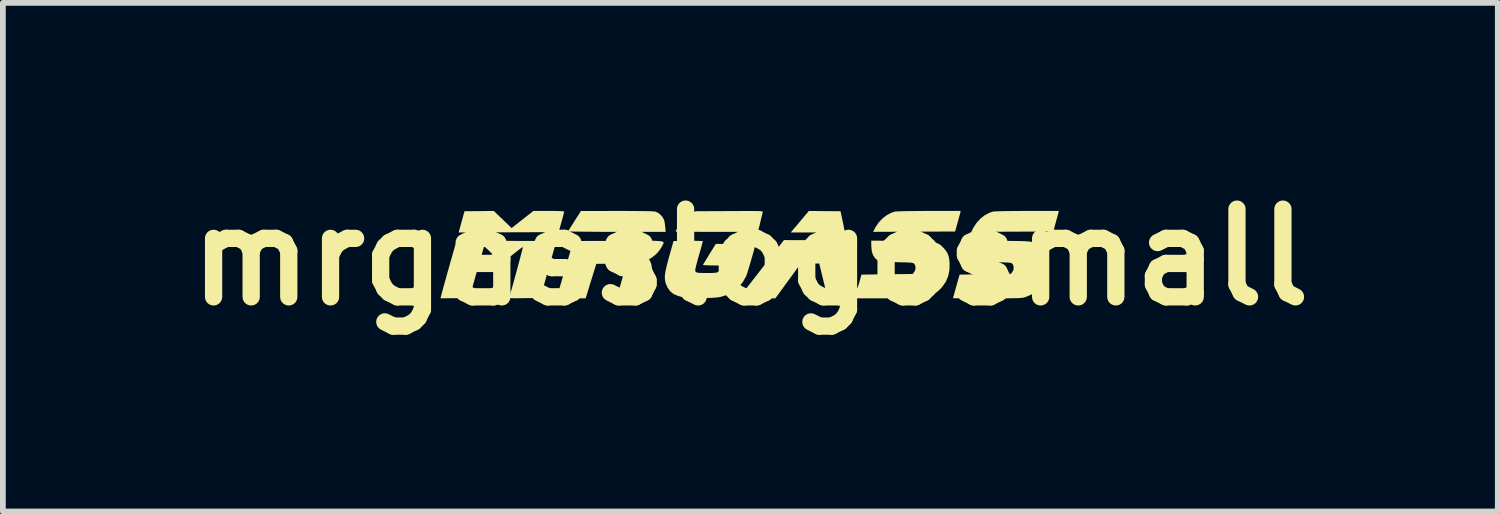
<source format=kicad_pcb>
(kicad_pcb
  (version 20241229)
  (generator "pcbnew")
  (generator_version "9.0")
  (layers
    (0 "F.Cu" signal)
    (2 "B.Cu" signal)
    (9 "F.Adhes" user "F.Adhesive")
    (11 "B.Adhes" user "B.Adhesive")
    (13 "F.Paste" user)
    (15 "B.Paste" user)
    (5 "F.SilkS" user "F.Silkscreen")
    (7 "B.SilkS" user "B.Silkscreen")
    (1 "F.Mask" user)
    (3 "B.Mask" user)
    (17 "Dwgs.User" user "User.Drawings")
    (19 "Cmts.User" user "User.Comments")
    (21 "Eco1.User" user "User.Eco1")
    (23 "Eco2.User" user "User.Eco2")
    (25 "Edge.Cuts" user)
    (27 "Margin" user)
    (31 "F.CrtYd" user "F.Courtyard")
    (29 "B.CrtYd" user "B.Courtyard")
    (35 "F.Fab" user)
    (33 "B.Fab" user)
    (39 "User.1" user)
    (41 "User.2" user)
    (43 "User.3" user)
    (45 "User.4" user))
  (footprint "mrgasslogosmall"
    (layer "F.Cu")
    (at 9.986 1.418)
    (property "Reference" "mrgasslogosmall" (at 0 0 0) (layer "F.SilkS") (effects (font (size 1.524 1.524) (thickness 0.3))))
    (attr board_only exclude_from_pos_files exclude_from_bom)
    (fp_poly (pts (xy -4.302 -0.655) (xy -4.148 -0.506) (xy -3.959 -0.654) (xy -3.769 -0.803) (xy -3.502 -0.803) (xy -3.414 -0.803) (xy -3.347 -0.802) (xy -3.297 -0.8) (xy -3.263 -0.798) (xy -3.243 -0.795) (xy -3.235 -0.791) (xy -3.235 -0.789) (xy -3.238 -0.774) (xy -3.246 -0.742) (xy -3.258 -0.697) (xy -3.272 -0.642) (xy -3.283 -0.605) (xy -3.33 -0.435) (xy -4.199 -0.432) (xy -5.068 -0.429) (xy -5.017 -0.613) (xy -4.966 -0.798) (xy -4.711 -0.8) (xy -4.457 -0.803)) (stroke (width 0) (type solid)) (fill yes) (layer "F.SilkS"))
    (fp_poly (pts (xy 3.647 -0.773) (xy 3.642 -0.751) (xy 3.632 -0.713) (xy 3.618 -0.664) (xy 3.603 -0.608) (xy 3.599 -0.594) (xy 3.558 -0.446) (xy 2.845 -0.443) (xy 2.133 -0.44) (xy 2.173 -0.517) (xy 2.225 -0.597) (xy 2.292 -0.669) (xy 2.367 -0.728) (xy 2.448 -0.771) (xy 2.51 -0.792) (xy 2.532 -0.794) (xy 2.573 -0.796) (xy 2.633 -0.798) (xy 2.71 -0.8) (xy 2.8 -0.801) (xy 2.904 -0.802) (xy 3.018 -0.803) (xy 3.106 -0.803) (xy 3.654 -0.803)) (stroke (width 0) (type solid)) (fill yes) (layer "F.SilkS"))
    (fp_poly (pts (xy 5.352 -0.773) (xy 5.347 -0.751) (xy 5.337 -0.713) (xy 5.323 -0.664) (xy 5.308 -0.608) (xy 5.304 -0.594) (xy 5.263 -0.446) (xy 4.55 -0.443) (xy 3.838 -0.44) (xy 3.878 -0.517) (xy 3.931 -0.597) (xy 3.997 -0.669) (xy 4.072 -0.728) (xy 4.153 -0.771) (xy 4.215 -0.792) (xy 4.237 -0.794) (xy 4.278 -0.796) (xy 4.338 -0.798) (xy 4.415 -0.8) (xy 4.505 -0.801) (xy 4.609 -0.802) (xy 4.723 -0.803) (xy 4.811 -0.803) (xy 5.359 -0.803)) (stroke (width 0) (type solid)) (fill yes) (layer "F.SilkS"))
    (fp_poly (pts (xy 1.292 -0.8) (xy 1.567 -0.798) (xy 1.602 -0.633) (xy 1.615 -0.574) (xy 1.625 -0.522) (xy 1.633 -0.48) (xy 1.638 -0.454) (xy 1.638 -0.448) (xy 1.637 -0.444) (xy 1.633 -0.44) (xy 1.623 -0.437) (xy 1.606 -0.434) (xy 1.579 -0.432) (xy 1.541 -0.431) (xy 1.49 -0.43) (xy 1.424 -0.429) (xy 1.34 -0.429) (xy 1.238 -0.429) (xy 1.171 -0.429) (xy 0.702 -0.429) (xy 0.755 -0.493) (xy 0.783 -0.525) (xy 0.82 -0.569) (xy 0.862 -0.619) (xy 0.905 -0.67) (xy 0.913 -0.68) (xy 1.017 -0.803)) (stroke (width 0) (type solid)) (fill yes) (layer "F.SilkS"))
    (fp_poly (pts (xy -2.163 -0.803) (xy -2.029 -0.802) (xy -1.914 -0.801) (xy -1.819 -0.8) (xy -1.744 -0.798) (xy -1.689 -0.795) (xy -1.656 -0.793) (xy -1.647 -0.791) (xy -1.604 -0.771) (xy -1.561 -0.737) (xy -1.525 -0.696) (xy -1.501 -0.653) (xy -1.497 -0.644) (xy -1.49 -0.61) (xy -1.483 -0.564) (xy -1.478 -0.52) (xy -1.471 -0.44) (xy -2.32 -0.44) (xy -2.455 -0.44) (xy -2.583 -0.44) (xy -2.702 -0.441) (xy -2.812 -0.442) (xy -2.91 -0.443) (xy -2.994 -0.444) (xy -3.064 -0.445) (xy -3.117 -0.446) (xy -3.151 -0.447) (xy -3.166 -0.449) (xy -3.166 -0.449) (xy -3.159 -0.461) (xy -3.143 -0.488) (xy -3.118 -0.527) (xy -3.087 -0.576) (xy -3.053 -0.63) (xy -2.943 -0.802) (xy -2.316 -0.803)) (stroke (width 0) (type solid)) (fill yes) (layer "F.SilkS"))
    (fp_poly (pts (xy 0.034 -0.802) (xy 0.092 -0.801) (xy 0.136 -0.801) (xy 0.169 -0.799) (xy 0.192 -0.797) (xy 0.206 -0.795) (xy 0.214 -0.792) (xy 0.216 -0.789) (xy 0.216 -0.784) (xy 0.216 -0.784) (xy 0.211 -0.766) (xy 0.203 -0.731) (xy 0.192 -0.686) (xy 0.182 -0.644) (xy 0.169 -0.59) (xy 0.157 -0.54) (xy 0.147 -0.501) (xy 0.142 -0.481) (xy 0.131 -0.44) (xy -0.583 -0.44) (xy -0.707 -0.44) (xy -0.823 -0.44) (xy -0.931 -0.441) (xy -1.028 -0.441) (xy -1.114 -0.442) (xy -1.185 -0.443) (xy -1.241 -0.444) (xy -1.278 -0.444) (xy -1.297 -0.445) (xy -1.298 -0.446) (xy -1.293 -0.458) (xy -1.281 -0.484) (xy -1.265 -0.517) (xy -1.222 -0.586) (xy -1.166 -0.653) (xy -1.102 -0.712) (xy -1.036 -0.756) (xy -1.025 -0.762) (xy -0.952 -0.798) (xy -0.365 -0.801) (xy -0.237 -0.801) (xy -0.128 -0.802) (xy -0.039 -0.802)) (stroke (width 0) (type solid)) (fill yes) (layer "F.SilkS"))
    (fp_poly (pts (xy -1.717 -0.285) (xy -1.653 -0.284) (xy -1.603 -0.281) (xy -1.565 -0.278) (xy -1.537 -0.274) (xy -1.519 -0.268) (xy -1.51 -0.261) (xy -1.506 -0.252) (xy -1.508 -0.241) (xy -1.514 -0.228) (xy -1.522 -0.213) (xy -1.532 -0.195) (xy -1.534 -0.19) (xy -1.568 -0.134) (xy -1.614 -0.076) (xy -1.667 -0.026) (xy -1.713 0.007) (xy -1.76 0.035) (xy -1.739 0.075) (xy -1.721 0.123) (xy -1.711 0.177) (xy -1.711 0.239) (xy -1.721 0.312) (xy -1.74 0.399) (xy -1.769 0.501) (xy -1.783 0.546) (xy -1.838 0.715) (xy -2.08 0.715) (xy -2.15 0.715) (xy -2.212 0.714) (xy -2.263 0.713) (xy -2.3 0.711) (xy -2.319 0.709) (xy -2.321 0.709) (xy -2.318 0.697) (xy -2.31 0.668) (xy -2.298 0.624) (xy -2.282 0.569) (xy -2.264 0.506) (xy -2.244 0.439) (xy -2.224 0.37) (xy -2.205 0.304) (xy -2.187 0.243) (xy -2.172 0.191) (xy -2.163 0.162) (xy -2.147 0.11) (xy -2.676 0.116) (xy -2.734 0.303) (xy -2.756 0.374) (xy -2.779 0.447) (xy -2.8 0.517) (xy -2.818 0.576) (xy -2.826 0.602) (xy -2.861 0.715) (xy -3.114 0.715) (xy -3.185 0.715) (xy -3.249 0.715) (xy -3.302 0.714) (xy -3.341 0.713) (xy -3.363 0.713) (xy -3.366 0.712) (xy -3.363 0.702) (xy -3.354 0.672) (xy -3.341 0.625) (xy -3.323 0.563) (xy -3.301 0.489) (xy -3.276 0.404) (xy -3.248 0.31) (xy -3.22 0.215) (xy -3.074 -0.281) (xy -2.291 -0.283) (xy -2.138 -0.284) (xy -2.005 -0.285) (xy -1.892 -0.285) (xy -1.796 -0.285)) (stroke (width 0) (type solid)) (fill yes) (layer "F.SilkS"))
    (fp_poly (pts (xy -4.407 -0.284) (xy -4.273 -0.283) (xy -4.234 -0.283) (xy -3.37 -0.281) (xy -3.51 0.215) (xy -3.649 0.71) (xy -3.921 0.712) (xy -4.005 0.713) (xy -4.07 0.714) (xy -4.118 0.713) (xy -4.151 0.712) (xy -4.172 0.71) (xy -4.183 0.707) (xy -4.187 0.702) (xy -4.187 0.697) (xy -4.187 0.696) (xy -4.175 0.657) (xy -4.16 0.603) (xy -4.142 0.538) (xy -4.121 0.464) (xy -4.099 0.383) (xy -4.076 0.299) (xy -4.053 0.215) (xy -4.031 0.132) (xy -4.01 0.054) (xy -3.991 -0.017) (xy -3.975 -0.079) (xy -3.963 -0.127) (xy -3.954 -0.16) (xy -3.951 -0.175) (xy -3.951 -0.176) (xy -3.96 -0.172) (xy -3.984 -0.156) (xy -4.019 -0.13) (xy -4.064 -0.095) (xy -4.116 -0.054) (xy -4.136 -0.038) (xy -4.318 0.11) (xy -4.469 -0.041) (xy -4.515 -0.087) (xy -4.557 -0.127) (xy -4.59 -0.158) (xy -4.614 -0.179) (xy -4.625 -0.186) (xy -4.625 -0.186) (xy -4.629 -0.175) (xy -4.638 -0.144) (xy -4.652 -0.097) (xy -4.67 -0.035) (xy -4.691 0.038) (xy -4.716 0.122) (xy -4.742 0.214) (xy -4.756 0.264) (xy -4.881 0.71) (xy -5.382 0.715) (xy -5.377 0.69) (xy -5.372 0.67) (xy -5.362 0.631) (xy -5.347 0.578) (xy -5.33 0.513) (xy -5.309 0.438) (xy -5.286 0.357) (xy -5.262 0.27) (xy -5.237 0.182) (xy -5.213 0.095) (xy -5.189 0.011) (xy -5.167 -0.067) (xy -5.147 -0.137) (xy -5.13 -0.195) (xy -5.117 -0.24) (xy -5.108 -0.268) (xy -5.105 -0.278) (xy -5.093 -0.279) (xy -5.061 -0.28) (xy -5.01 -0.281) (xy -4.942 -0.282) (xy -4.859 -0.283) (xy -4.762 -0.283) (xy -4.654 -0.284) (xy -4.535 -0.284)) (stroke (width 0) (type solid)) (fill yes) (layer "F.SilkS"))
    (fp_poly (pts (xy 4.326 -0.284) (xy 4.447 -0.283) (xy 4.547 -0.282) (xy 4.63 -0.281) (xy 4.698 -0.28) (xy 4.751 -0.278) (xy 4.794 -0.276) (xy 4.827 -0.274) (xy 4.853 -0.271) (xy 4.874 -0.268) (xy 4.893 -0.263) (xy 4.91 -0.258) (xy 4.922 -0.254) (xy 4.964 -0.238) (xy 4.998 -0.22) (xy 5.029 -0.194) (xy 5.062 -0.161) (xy 5.102 -0.114) (xy 5.13 -0.069) (xy 5.149 -0.02) (xy 5.161 0.04) (xy 5.167 0.11) (xy 5.165 0.224) (xy 5.143 0.328) (xy 5.102 0.425) (xy 5.04 0.515) (xy 5.015 0.543) (xy 4.951 0.603) (xy 4.879 0.651) (xy 4.793 0.688) (xy 4.778 0.693) (xy 4.764 0.698) (xy 4.748 0.702) (xy 4.73 0.705) (xy 4.707 0.708) (xy 4.677 0.71) (xy 4.638 0.712) (xy 4.589 0.713) (xy 4.528 0.714) (xy 4.452 0.715) (xy 4.36 0.715) (xy 4.25 0.715) (xy 4.12 0.715) (xy 4.118 0.715) (xy 4.006 0.715) (xy 3.9 0.715) (xy 3.804 0.715) (xy 3.718 0.714) (xy 3.645 0.714) (xy 3.587 0.714) (xy 3.546 0.713) (xy 3.524 0.713) (xy 3.521 0.712) (xy 3.523 0.701) (xy 3.532 0.673) (xy 3.544 0.629) (xy 3.559 0.574) (xy 3.577 0.512) (xy 3.578 0.506) (xy 3.636 0.303) (xy 4.08 0.297) (xy 4.523 0.292) (xy 4.55 0.261) (xy 4.571 0.221) (xy 4.576 0.177) (xy 4.565 0.135) (xy 4.555 0.119) (xy 4.548 0.112) (xy 4.54 0.105) (xy 4.528 0.101) (xy 4.509 0.097) (xy 4.481 0.094) (xy 4.44 0.092) (xy 4.385 0.09) (xy 4.313 0.089) (xy 4.255 0.087) (xy 4.161 0.085) (xy 4.086 0.083) (xy 4.028 0.079) (xy 3.983 0.074) (xy 3.949 0.067) (xy 3.922 0.057) (xy 3.901 0.044) (xy 3.882 0.027) (xy 3.865 0.008) (xy 3.834 -0.041) (xy 3.815 -0.106) (xy 3.807 -0.189) (xy 3.806 -0.216) (xy 3.806 -0.287)) (stroke (width 0) (type solid)) (fill yes) (layer "F.SilkS"))
    (fp_poly (pts (xy -0.943 -0.284) (xy -0.89 -0.283) (xy -0.851 -0.281) (xy -0.829 -0.279) (xy -0.825 -0.278) (xy -0.828 -0.265) (xy -0.836 -0.235) (xy -0.848 -0.189) (xy -0.864 -0.132) (xy -0.883 -0.067) (xy -0.891 -0.039) (xy -0.911 0.031) (xy -0.928 0.095) (xy -0.942 0.149) (xy -0.952 0.191) (xy -0.957 0.216) (xy -0.957 0.221) (xy -0.956 0.24) (xy -0.949 0.254) (xy -0.935 0.264) (xy -0.91 0.27) (xy -0.872 0.273) (xy -0.817 0.275) (xy -0.759 0.275) (xy -0.691 0.275) (xy -0.641 0.273) (xy -0.606 0.271) (xy -0.583 0.266) (xy -0.567 0.26) (xy -0.562 0.257) (xy -0.541 0.235) (xy -0.521 0.202) (xy -0.508 0.169) (xy -0.506 0.154) (xy -0.517 0.149) (xy -0.548 0.146) (xy -0.6 0.144) (xy -0.666 0.143) (xy -0.723 0.142) (xy -0.77 0.141) (xy -0.804 0.138) (xy -0.822 0.135) (xy -0.823 0.134) (xy -0.817 0.122) (xy -0.8 0.095) (xy -0.776 0.055) (xy -0.745 0.005) (xy -0.711 -0.051) (xy -0.71 -0.053) (xy -0.6 -0.23) (xy -0.256 -0.231) (xy -0.171 -0.231) (xy -0.094 -0.23) (xy -0.028 -0.229) (xy 0.026 -0.228) (xy 0.065 -0.227) (xy 0.085 -0.225) (xy 0.088 -0.224) (xy 0.085 -0.207) (xy 0.077 -0.173) (xy 0.064 -0.125) (xy 0.048 -0.066) (xy 0.029 -0.002) (xy 0.01 0.066) (xy -0.01 0.133) (xy -0.029 0.196) (xy -0.045 0.25) (xy -0.059 0.294) (xy -0.069 0.321) (xy -0.071 0.327) (xy -0.131 0.433) (xy -0.204 0.522) (xy -0.292 0.595) (xy -0.394 0.65) (xy -0.491 0.683) (xy -0.524 0.691) (xy -0.558 0.697) (xy -0.597 0.702) (xy -0.645 0.705) (xy -0.705 0.708) (xy -0.781 0.709) (xy -0.82 0.71) (xy -0.895 0.711) (xy -0.967 0.71) (xy -1.032 0.709) (xy -1.085 0.708) (xy -1.121 0.705) (xy -1.128 0.704) (xy -1.195 0.691) (xy -1.261 0.671) (xy -1.318 0.647) (xy -1.354 0.626) (xy -1.4 0.583) (xy -1.439 0.526) (xy -1.467 0.463) (xy -1.469 0.458) (xy -1.479 0.419) (xy -1.484 0.38) (xy -1.486 0.339) (xy -1.482 0.291) (xy -1.472 0.235) (xy -1.457 0.167) (xy -1.436 0.085) (xy -1.41 -0.012) (xy -1.334 -0.281) (xy -1.08 -0.283) (xy -1.007 -0.284)) (stroke (width 0) (type solid)) (fill yes) (layer "F.SilkS"))
    (fp_poly (pts (xy 1.677 -0.292) (xy 1.765 0.124) (xy 1.785 0.216) (xy 1.803 0.301) (xy 1.82 0.377) (xy 1.834 0.441) (xy 1.846 0.49) (xy 1.854 0.524) (xy 1.859 0.539) (xy 1.859 0.539) (xy 1.864 0.529) (xy 1.873 0.502) (xy 1.886 0.463) (xy 1.898 0.421) (xy 1.931 0.303) (xy 2.374 0.297) (xy 2.818 0.292) (xy 2.845 0.261) (xy 2.866 0.221) (xy 2.871 0.177) (xy 2.86 0.135) (xy 2.85 0.119) (xy 2.843 0.112) (xy 2.835 0.105) (xy 2.823 0.101) (xy 2.804 0.097) (xy 2.776 0.094) (xy 2.735 0.092) (xy 2.68 0.09) (xy 2.607 0.089) (xy 2.55 0.087) (xy 2.456 0.085) (xy 2.381 0.083) (xy 2.323 0.079) (xy 2.278 0.074) (xy 2.243 0.067) (xy 2.217 0.057) (xy 2.196 0.044) (xy 2.177 0.027) (xy 2.16 0.008) (xy 2.129 -0.041) (xy 2.11 -0.106) (xy 2.102 -0.189) (xy 2.101 -0.216) (xy 2.101 -0.287) (xy 2.621 -0.284) (xy 2.741 -0.283) (xy 2.842 -0.282) (xy 2.925 -0.281) (xy 2.992 -0.28) (xy 3.046 -0.278) (xy 3.089 -0.276) (xy 3.122 -0.274) (xy 3.148 -0.271) (xy 3.169 -0.268) (xy 3.188 -0.263) (xy 3.205 -0.258) (xy 3.217 -0.254) (xy 3.259 -0.238) (xy 3.292 -0.22) (xy 3.324 -0.194) (xy 3.356 -0.161) (xy 3.397 -0.114) (xy 3.425 -0.069) (xy 3.444 -0.02) (xy 3.456 0.04) (xy 3.462 0.11) (xy 3.459 0.224) (xy 3.438 0.328) (xy 3.397 0.425) (xy 3.335 0.515) (xy 3.31 0.543) (xy 3.246 0.603) (xy 3.174 0.651) (xy 3.088 0.688) (xy 3.073 0.693) (xy 3.061 0.697) (xy 3.048 0.701) (xy 3.032 0.704) (xy 3.012 0.707) (xy 2.986 0.709) (xy 2.954 0.71) (xy 2.912 0.712) (xy 2.861 0.713) (xy 2.797 0.714) (xy 2.72 0.714) (xy 2.628 0.715) (xy 2.519 0.715) (xy 2.392 0.715) (xy 2.245 0.715) (xy 2.177 0.715) (xy 1.344 0.715) (xy 1.197 0.11) (xy 1.036 0.11) (xy 0.875 0.111) (xy 0.655 0.413) (xy 0.435 0.715) (xy 0.118 0.715) (xy 0.023 0.715) (xy -0.052 0.714) (xy -0.108 0.713) (xy -0.149 0.711) (xy -0.175 0.709) (xy -0.188 0.706) (xy -0.191 0.702) (xy -0.191 0.701) (xy -0.183 0.69) (xy -0.162 0.664) (xy -0.131 0.623) (xy -0.089 0.569) (xy -0.04 0.505) (xy 0.018 0.431) (xy 0.081 0.349) (xy 0.149 0.262) (xy 0.201 0.195) (xy 0.584 -0.297)) (stroke (width 0) (type solid)) (fill yes) (layer "F.SilkS")))
  (gr_rect
    (start -3 -3)
    (end 22.972 5.836)
    (stroke (width 0.1) (type default))
    (fill no)
    (layer "Edge.Cuts")))
</source>
